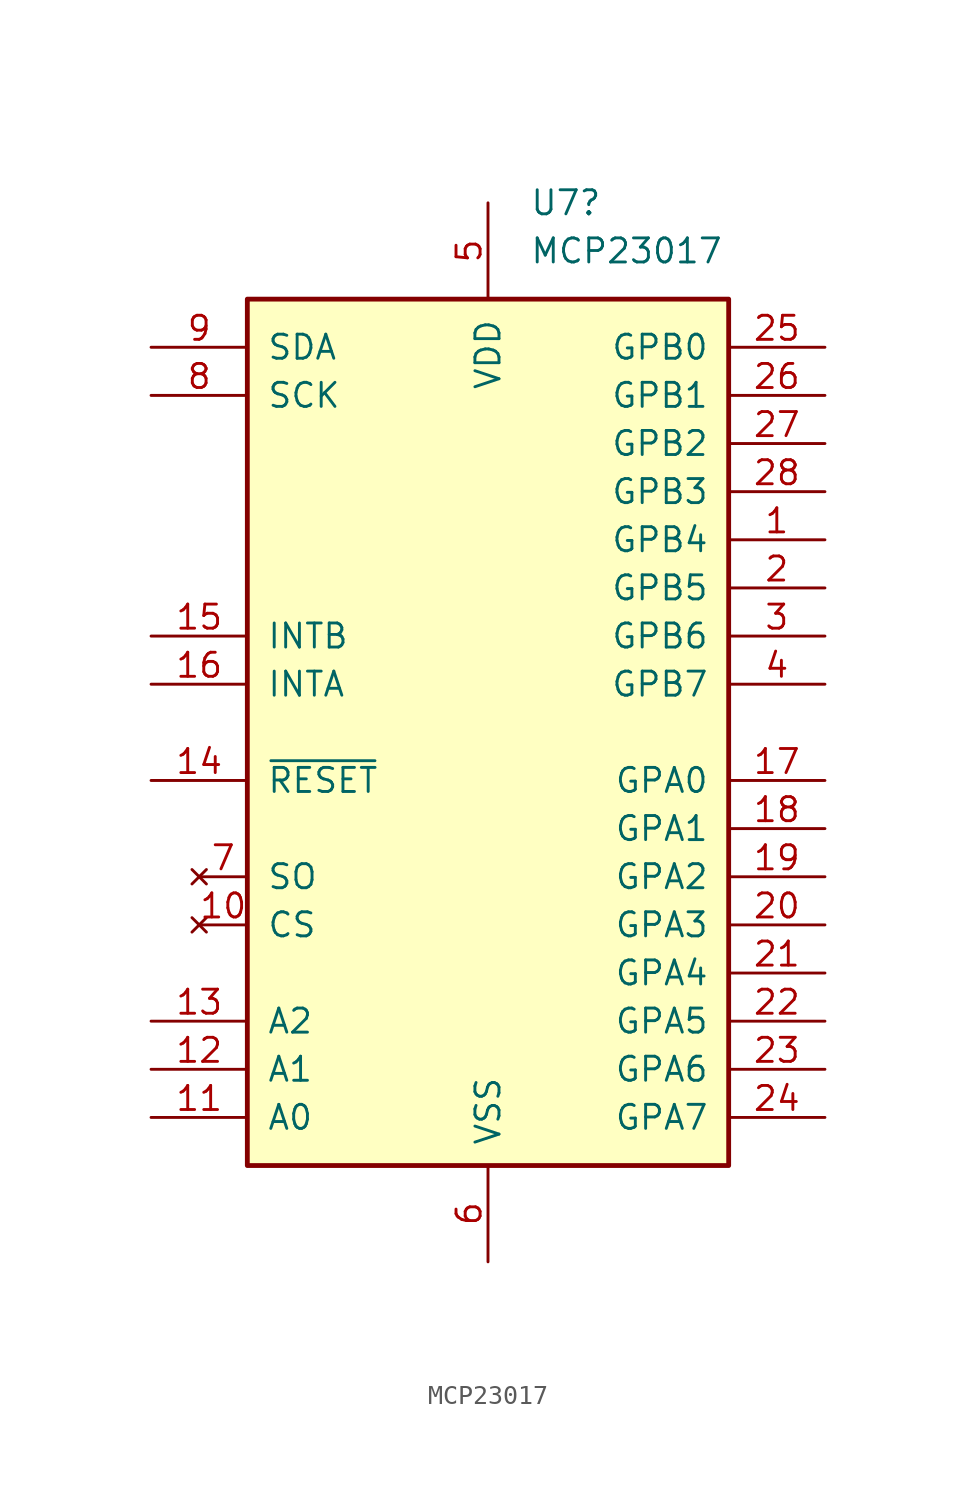
<source format=kicad_sym>
(kicad_symbol_lib
  (version 20241209)
  (generator "kicad_symbol_editor")
  (generator_version "9.0")
  (symbol "MCP23017"
    (pin_names
      (offset 1.016))
    (property "Reference" "U7"
      (at 2.194 27.94 0)
      (effects (font (size 1.27 1.27)) (justify left)))
    (property "Value" "MCP23017"
      (at 2.194 25.4 0)
      (effects (font (size 1.27 1.27)) (justify left)))
    (symbol "MCP23017_0_1"
      (rectangle (start -12.7 22.86) (end 12.7 -22.86) (stroke (width 0.254) (type default)) (fill (type background))))
    (symbol "MCP23017_1_1"
      (pin bidirectional line (at -17.78 20.32 0) (length 5.08) (name "SDA" (effects (font (size 1.27 1.27)))) (number "9" (effects (font (size 1.27 1.27)))))
      (pin input line (at -17.78 17.78 0) (length 5.08) (name "SCK" (effects (font (size 1.27 1.27)))) (number "8" (effects (font (size 1.27 1.27)))))
      (pin tri_state line (at -17.78 5.08 0) (length 5.08) (name "INTB" (effects (font (size 1.27 1.27)))) (number "15" (effects (font (size 1.27 1.27)))))
      (pin tri_state line (at -17.78 2.54 0) (length 5.08) (name "INTA" (effects (font (size 1.27 1.27)))) (number "16" (effects (font (size 1.27 1.27)))))
      (pin input line (at -17.78 -2.54 0) (length 5.08) (name "~{RESET}" (effects (font (size 1.27 1.27)))) (number "14" (effects (font (size 1.27 1.27)))))
      (pin input line (at -17.78 -15.24 0) (length 5.08) (name "A2" (effects (font (size 1.27 1.27)))) (number "13" (effects (font (size 1.27 1.27)))))
      (pin input line (at -17.78 -17.78 0) (length 5.08) (name "A1" (effects (font (size 1.27 1.27)))) (number "12" (effects (font (size 1.27 1.27)))))
      (pin input line (at -17.78 -20.32 0) (length 5.08) (name "A0" (effects (font (size 1.27 1.27)))) (number "11" (effects (font (size 1.27 1.27)))))
      (pin no_connect line (at -15.24 -7.62 0) (length 2.54) (name "SO" (effects (font (size 1.27 1.27)))) (number "7" (effects (font (size 1.27 1.27)))))
      (pin no_connect line (at -15.24 -10.16 0) (length 2.54) (name "CS" (effects (font (size 1.27 1.27)))) (number "10" (effects (font (size 1.27 1.27)))))
      (pin power_in line (at 0 27.94 270) (length 5.08) (name "VDD" (effects (font (size 1.27 1.27)))) (number "5" (effects (font (size 1.27 1.27)))))
      (pin power_in line (at 0 -27.94 90) (length 5.08) (name "VSS" (effects (font (size 1.27 1.27)))) (number "6" (effects (font (size 1.27 1.27)))))
      (pin bidirectional line (at 17.78 20.32 180) (length 5.08) (name "GPB0" (effects (font (size 1.27 1.27)))) (number "25" (effects (font (size 1.27 1.27)))))
      (pin bidirectional line (at 17.78 17.78 180) (length 5.08) (name "GPB1" (effects (font (size 1.27 1.27)))) (number "26" (effects (font (size 1.27 1.27)))))
      (pin bidirectional line (at 17.78 15.24 180) (length 5.08) (name "GPB2" (effects (font (size 1.27 1.27)))) (number "27" (effects (font (size 1.27 1.27)))))
      (pin bidirectional line (at 17.78 12.7 180) (length 5.08) (name "GPB3" (effects (font (size 1.27 1.27)))) (number "28" (effects (font (size 1.27 1.27)))))
      (pin bidirectional line (at 17.78 10.16 180) (length 5.08) (name "GPB4" (effects (font (size 1.27 1.27)))) (number "1" (effects (font (size 1.27 1.27)))))
      (pin bidirectional line (at 17.78 7.62 180) (length 5.08) (name "GPB5" (effects (font (size 1.27 1.27)))) (number "2" (effects (font (size 1.27 1.27)))))
      (pin bidirectional line (at 17.78 5.08 180) (length 5.08) (name "GPB6" (effects (font (size 1.27 1.27)))) (number "3" (effects (font (size 1.27 1.27)))))
      (pin bidirectional line (at 17.78 2.54 180) (length 5.08) (name "GPB7" (effects (font (size 1.27 1.27)))) (number "4" (effects (font (size 1.27 1.27)))))
      (pin bidirectional line (at 17.78 -2.54 180) (length 5.08) (name "GPA0" (effects (font (size 1.27 1.27)))) (number "17" (effects (font (size 1.27 1.27)))))
      (pin bidirectional line (at 17.78 -5.08 180) (length 5.08) (name "GPA1" (effects (font (size 1.27 1.27)))) (number "18" (effects (font (size 1.27 1.27)))))
      (pin bidirectional line (at 17.78 -7.62 180) (length 5.08) (name "GPA2" (effects (font (size 1.27 1.27)))) (number "19" (effects (font (size 1.27 1.27)))))
      (pin bidirectional line (at 17.78 -10.16 180) (length 5.08) (name "GPA3" (effects (font (size 1.27 1.27)))) (number "20" (effects (font (size 1.27 1.27)))))
      (pin bidirectional line (at 17.78 -12.7 180) (length 5.08) (name "GPA4" (effects (font (size 1.27 1.27)))) (number "21" (effects (font (size 1.27 1.27)))))
      (pin bidirectional line (at 17.78 -15.24 180) (length 5.08) (name "GPA5" (effects (font (size 1.27 1.27)))) (number "22" (effects (font (size 1.27 1.27)))))
      (pin bidirectional line (at 17.78 -17.78 180) (length 5.08) (name "GPA6" (effects (font (size 1.27 1.27)))) (number "23" (effects (font (size 1.27 1.27)))))
      (pin bidirectional line (at 17.78 -20.32 180) (length 5.08) (name "GPA7" (effects (font (size 1.27 1.27)))) (number "24" (effects (font (size 1.27 1.27))))))))
</source>
